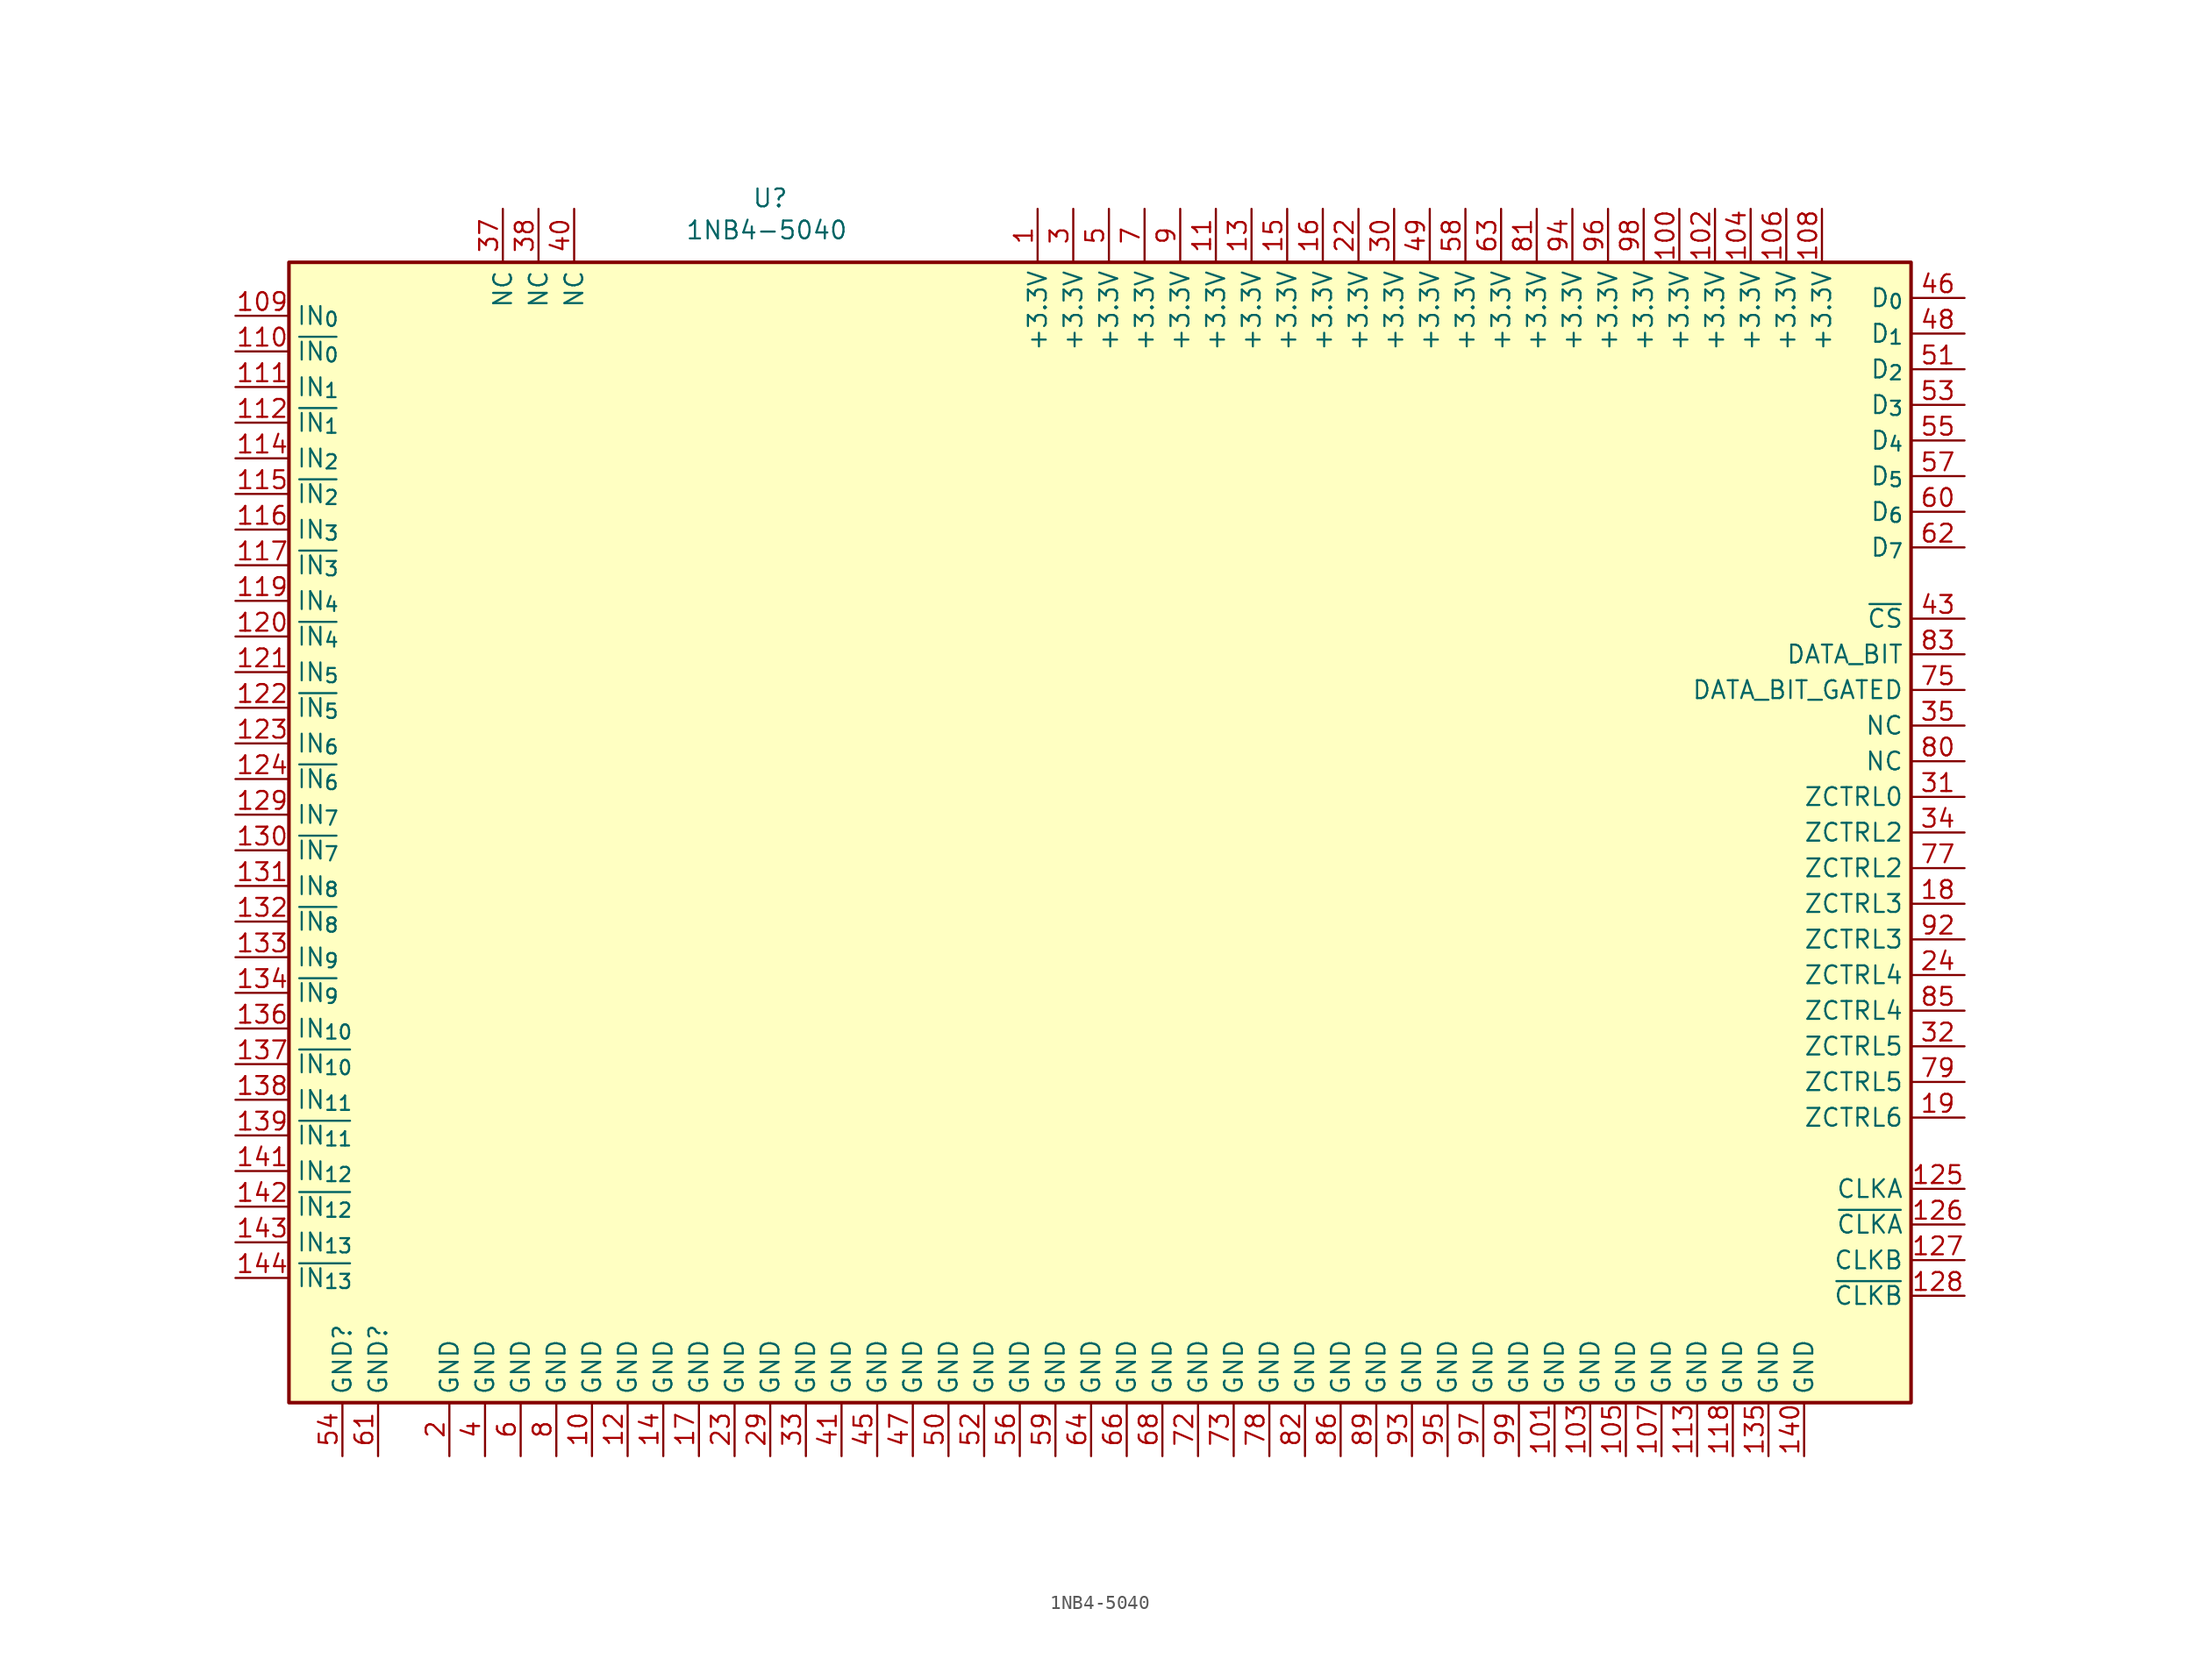
<source format=kicad_sym>
(kicad_symbol_lib
  (version 20231120)
  (generator "kicad_symbol_editor")
  (generator_version "8.0")
  (symbol "1NB4-5040"
    (property "Reference" "U"
      (at 25.4 38.862 0)
      (effects (font (size 1.27 1.27))))
    (property "Value" "1NB4-5040"
      (at 25.146 36.576 0)
      (effects (font (size 1.27 1.27))))
    (symbol "1NB4-5040_1_1"
      (rectangle (start -8.89 34.29) (end 106.68 -46.99) (stroke (width 0.254) (type default)) (fill (type background)))
      (pin power_in line (at 44.45 38.1 270) (length 3.81) (name "+3.3V" (effects (font (size 1.27 1.27)))) (number "1" (effects (font (size 1.27 1.27)))))
      (pin power_in line (at 12.7 -50.8 90) (length 3.81) (name "GND" (effects (font (size 1.27 1.27)))) (number "10" (effects (font (size 1.27 1.27)))))
      (pin power_in line (at 90.17 38.1 270) (length 3.81) (name "+3.3V" (effects (font (size 1.27 1.27)))) (number "100" (effects (font (size 1.27 1.27)))))
      (pin power_in line (at 81.28 -50.8 90) (length 3.81) (name "GND" (effects (font (size 1.27 1.27)))) (number "101" (effects (font (size 1.27 1.27)))))
      (pin power_in line (at 92.71 38.1 270) (length 3.81) (name "+3.3V" (effects (font (size 1.27 1.27)))) (number "102" (effects (font (size 1.27 1.27)))))
      (pin power_in line (at 83.82 -50.8 90) (length 3.81) (name "GND" (effects (font (size 1.27 1.27)))) (number "103" (effects (font (size 1.27 1.27)))))
      (pin power_in line (at 95.25 38.1 270) (length 3.81) (name "+3.3V" (effects (font (size 1.27 1.27)))) (number "104" (effects (font (size 1.27 1.27)))))
      (pin power_in line (at 86.36 -50.8 90) (length 3.81) (name "GND" (effects (font (size 1.27 1.27)))) (number "105" (effects (font (size 1.27 1.27)))))
      (pin power_in line (at 97.79 38.1 270) (length 3.81) (name "+3.3V" (effects (font (size 1.27 1.27)))) (number "106" (effects (font (size 1.27 1.27)))))
      (pin power_in line (at 88.9 -50.8 90) (length 3.81) (name "GND" (effects (font (size 1.27 1.27)))) (number "107" (effects (font (size 1.27 1.27)))))
      (pin power_in line (at 100.33 38.1 270) (length 3.81) (name "+3.3V" (effects (font (size 1.27 1.27)))) (number "108" (effects (font (size 1.27 1.27)))))
      (pin input line (at -12.7 30.48 0) (length 3.81) (name "IN_{0}" (effects (font (size 1.27 1.27)))) (number "109" (effects (font (size 1.27 1.27)))))
      (pin power_in line (at 57.15 38.1 270) (length 3.81) (name "+3.3V" (effects (font (size 1.27 1.27)))) (number "11" (effects (font (size 1.27 1.27)))))
      (pin input line (at -12.7 27.94 0) (length 3.81) (name "~{IN_{0}}" (effects (font (size 1.27 1.27)))) (number "110" (effects (font (size 1.27 1.27)))))
      (pin input line (at -12.7 25.4 0) (length 3.81) (name "IN_{1}" (effects (font (size 1.27 1.27)))) (number "111" (effects (font (size 1.27 1.27)))))
      (pin input line (at -12.7 22.86 0) (length 3.81) (name "~{IN_{1}}" (effects (font (size 1.27 1.27)))) (number "112" (effects (font (size 1.27 1.27)))))
      (pin power_in line (at 91.44 -50.8 90) (length 3.81) (name "GND" (effects (font (size 1.27 1.27)))) (number "113" (effects (font (size 1.27 1.27)))))
      (pin input line (at -12.7 20.32 0) (length 3.81) (name "IN_{2}" (effects (font (size 1.27 1.27)))) (number "114" (effects (font (size 1.27 1.27)))))
      (pin input line (at -12.7 17.78 0) (length 3.81) (name "~{IN_{2}}" (effects (font (size 1.27 1.27)))) (number "115" (effects (font (size 1.27 1.27)))))
      (pin input line (at -12.7 15.24 0) (length 3.81) (name "IN_{3}" (effects (font (size 1.27 1.27)))) (number "116" (effects (font (size 1.27 1.27)))))
      (pin input line (at -12.7 12.7 0) (length 3.81) (name "~{IN_{3}}" (effects (font (size 1.27 1.27)))) (number "117" (effects (font (size 1.27 1.27)))))
      (pin power_in line (at 93.98 -50.8 90) (length 3.81) (name "GND" (effects (font (size 1.27 1.27)))) (number "118" (effects (font (size 1.27 1.27)))))
      (pin input line (at -12.7 10.16 0) (length 3.81) (name "IN_{4}" (effects (font (size 1.27 1.27)))) (number "119" (effects (font (size 1.27 1.27)))))
      (pin power_in line (at 15.24 -50.8 90) (length 3.81) (name "GND" (effects (font (size 1.27 1.27)))) (number "12" (effects (font (size 1.27 1.27)))))
      (pin input line (at -12.7 7.62 0) (length 3.81) (name "~{IN_{4}}" (effects (font (size 1.27 1.27)))) (number "120" (effects (font (size 1.27 1.27)))))
      (pin input line (at -12.7 5.08 0) (length 3.81) (name "IN_{5}" (effects (font (size 1.27 1.27)))) (number "121" (effects (font (size 1.27 1.27)))))
      (pin input line (at -12.7 2.54 0) (length 3.81) (name "~{IN_{5}}" (effects (font (size 1.27 1.27)))) (number "122" (effects (font (size 1.27 1.27)))))
      (pin input line (at -12.7 0 0) (length 3.81) (name "IN_{6}" (effects (font (size 1.27 1.27)))) (number "123" (effects (font (size 1.27 1.27)))))
      (pin input line (at -12.7 -2.54 0) (length 3.81) (name "~{IN_{6}}" (effects (font (size 1.27 1.27)))) (number "124" (effects (font (size 1.27 1.27)))))
      (pin input line (at 110.49 -31.75 180) (length 3.81) (name "CLKA" (effects (font (size 1.27 1.27)))) (number "125" (effects (font (size 1.27 1.27)))))
      (pin input line (at 110.49 -34.29 180) (length 3.81) (name "~{CLKA}" (effects (font (size 1.27 1.27)))) (number "126" (effects (font (size 1.27 1.27)))))
      (pin input line (at 110.49 -36.83 180) (length 3.81) (name "CLKB" (effects (font (size 1.27 1.27)))) (number "127" (effects (font (size 1.27 1.27)))))
      (pin input line (at 110.49 -39.37 180) (length 3.81) (name "~{CLKB}" (effects (font (size 1.27 1.27)))) (number "128" (effects (font (size 1.27 1.27)))))
      (pin input line (at -12.7 -5.08 0) (length 3.81) (name "IN_{7}" (effects (font (size 1.27 1.27)))) (number "129" (effects (font (size 1.27 1.27)))))
      (pin power_in line (at 59.69 38.1 270) (length 3.81) (name "+3.3V" (effects (font (size 1.27 1.27)))) (number "13" (effects (font (size 1.27 1.27)))))
      (pin input line (at -12.7 -7.62 0) (length 3.81) (name "~{IN_{7}}" (effects (font (size 1.27 1.27)))) (number "130" (effects (font (size 1.27 1.27)))))
      (pin input line (at -12.7 -10.16 0) (length 3.81) (name "IN_{8}" (effects (font (size 1.27 1.27)))) (number "131" (effects (font (size 1.27 1.27)))))
      (pin input line (at -12.7 -12.7 0) (length 3.81) (name "~{IN_{8}}" (effects (font (size 1.27 1.27)))) (number "132" (effects (font (size 1.27 1.27)))))
      (pin input line (at -12.7 -15.24 0) (length 3.81) (name "IN_{9}" (effects (font (size 1.27 1.27)))) (number "133" (effects (font (size 1.27 1.27)))))
      (pin input line (at -12.7 -17.78 0) (length 3.81) (name "~{IN_{9}}" (effects (font (size 1.27 1.27)))) (number "134" (effects (font (size 1.27 1.27)))))
      (pin power_in line (at 96.52 -50.8 90) (length 3.81) (name "GND" (effects (font (size 1.27 1.27)))) (number "135" (effects (font (size 1.27 1.27)))))
      (pin input line (at -12.7 -20.32 0) (length 3.81) (name "IN_{10}" (effects (font (size 1.27 1.27)))) (number "136" (effects (font (size 1.27 1.27)))))
      (pin input line (at -12.7 -22.86 0) (length 3.81) (name "~{IN_{10}}" (effects (font (size 1.27 1.27)))) (number "137" (effects (font (size 1.27 1.27)))))
      (pin input line (at -12.7 -25.4 0) (length 3.81) (name "IN_{11}" (effects (font (size 1.27 1.27)))) (number "138" (effects (font (size 1.27 1.27)))))
      (pin input line (at -12.7 -27.94 0) (length 3.81) (name "~{IN_{11}}" (effects (font (size 1.27 1.27)))) (number "139" (effects (font (size 1.27 1.27)))))
      (pin power_in line (at 17.78 -50.8 90) (length 3.81) (name "GND" (effects (font (size 1.27 1.27)))) (number "14" (effects (font (size 1.27 1.27)))))
      (pin power_in line (at 99.06 -50.8 90) (length 3.81) (name "GND" (effects (font (size 1.27 1.27)))) (number "140" (effects (font (size 1.27 1.27)))))
      (pin input line (at -12.7 -30.48 0) (length 3.81) (name "IN_{12}" (effects (font (size 1.27 1.27)))) (number "141" (effects (font (size 1.27 1.27)))))
      (pin input line (at -12.7 -33.02 0) (length 3.81) (name "~{IN_{12}}" (effects (font (size 1.27 1.27)))) (number "142" (effects (font (size 1.27 1.27)))))
      (pin input line (at -12.7 -35.56 0) (length 3.81) (name "IN_{13}" (effects (font (size 1.27 1.27)))) (number "143" (effects (font (size 1.27 1.27)))))
      (pin input line (at -12.7 -38.1 0) (length 3.81) (name "~{IN_{13}}" (effects (font (size 1.27 1.27)))) (number "144" (effects (font (size 1.27 1.27)))))
      (pin power_in line (at 62.23 38.1 270) (length 3.81) (name "+3.3V" (effects (font (size 1.27 1.27)))) (number "15" (effects (font (size 1.27 1.27)))))
      (pin power_in line (at 64.77 38.1 270) (length 3.81) (name "+3.3V" (effects (font (size 1.27 1.27)))) (number "16" (effects (font (size 1.27 1.27)))))
      (pin power_in line (at 20.32 -50.8 90) (length 3.81) (name "GND" (effects (font (size 1.27 1.27)))) (number "17" (effects (font (size 1.27 1.27)))))
      (pin passive line (at 110.49 -11.43 180) (length 3.81) (name "ZCTRL3" (effects (font (size 1.27 1.27)))) (number "18" (effects (font (size 1.27 1.27)))))
      (pin input line (at 110.49 -26.67 180) (length 3.81) (name "ZCTRL6" (effects (font (size 1.27 1.27)))) (number "19" (effects (font (size 1.27 1.27)))))
      (pin power_in line (at 2.54 -50.8 90) (length 3.81) (name "GND" (effects (font (size 1.27 1.27)))) (number "2" (effects (font (size 1.27 1.27)))))
      (pin no_connect line (at 72.39 -19.05 0) (length 3.81) hide (name "" (effects (font (size 1.27 1.27)))) (number "20" (effects (font (size 1.27 1.27)))))
      (pin no_connect line (at 72.39 -16.51 0) (length 3.81) hide (name "" (effects (font (size 1.27 1.27)))) (number "21" (effects (font (size 1.27 1.27)))))
      (pin power_in line (at 67.31 38.1 270) (length 3.81) (name "+3.3V" (effects (font (size 1.27 1.27)))) (number "22" (effects (font (size 1.27 1.27)))))
      (pin power_in line (at 22.86 -50.8 90) (length 3.81) (name "GND" (effects (font (size 1.27 1.27)))) (number "23" (effects (font (size 1.27 1.27)))))
      (pin passive line (at 110.49 -16.51 180) (length 3.81) (name "ZCTRL4" (effects (font (size 1.27 1.27)))) (number "24" (effects (font (size 1.27 1.27)))))
      (pin no_connect line (at 72.39 -13.97 0) (length 3.81) hide (name "" (effects (font (size 1.27 1.27)))) (number "25" (effects (font (size 1.27 1.27)))))
      (pin no_connect line (at 72.39 -11.43 0) (length 3.81) hide (name "" (effects (font (size 1.27 1.27)))) (number "26" (effects (font (size 1.27 1.27)))))
      (pin no_connect line (at 54.61 -26.67 0) (length 3.81) hide (name "" (effects (font (size 1.27 1.27)))) (number "27" (effects (font (size 1.27 1.27)))))
      (pin no_connect line (at 54.61 -24.13 0) (length 3.81) hide (name "" (effects (font (size 1.27 1.27)))) (number "28" (effects (font (size 1.27 1.27)))))
      (pin power_in line (at 25.4 -50.8 90) (length 3.81) (name "GND" (effects (font (size 1.27 1.27)))) (number "29" (effects (font (size 1.27 1.27)))))
      (pin power_in line (at 46.99 38.1 270) (length 3.81) (name "+3.3V" (effects (font (size 1.27 1.27)))) (number "3" (effects (font (size 1.27 1.27)))))
      (pin power_in line (at 69.85 38.1 270) (length 3.81) (name "+3.3V" (effects (font (size 1.27 1.27)))) (number "30" (effects (font (size 1.27 1.27)))))
      (pin input line (at 110.49 -3.81 180) (length 3.81) (name "ZCTRL0" (effects (font (size 1.27 1.27)))) (number "31" (effects (font (size 1.27 1.27)))))
      (pin passive line (at 110.49 -21.59 180) (length 3.81) (name "ZCTRL5" (effects (font (size 1.27 1.27)))) (number "32" (effects (font (size 1.27 1.27)))))
      (pin power_in line (at 27.94 -50.8 90) (length 3.81) (name "GND" (effects (font (size 1.27 1.27)))) (number "33" (effects (font (size 1.27 1.27)))))
      (pin passive line (at 110.49 -6.35 180) (length 3.81) (name "ZCTRL2" (effects (font (size 1.27 1.27)))) (number "34" (effects (font (size 1.27 1.27)))))
      (pin passive line (at 110.49 1.27 180) (length 3.81) (name "NC" (effects (font (size 1.27 1.27)))) (number "35" (effects (font (size 1.27 1.27)))))
      (pin no_connect line (at 54.61 -21.59 0) (length 3.81) hide (name "" (effects (font (size 1.27 1.27)))) (number "36" (effects (font (size 1.27 1.27)))))
      (pin passive line (at 6.35 38.1 270) (length 3.81) (name "NC" (effects (font (size 1.27 1.27)))) (number "37" (effects (font (size 1.27 1.27)))))
      (pin passive line (at 8.89 38.1 270) (length 3.81) (name "NC" (effects (font (size 1.27 1.27)))) (number "38" (effects (font (size 1.27 1.27)))))
      (pin no_connect line (at 54.61 -13.97 0) (length 3.81) hide (name "" (effects (font (size 1.27 1.27)))) (number "39" (effects (font (size 1.27 1.27)))))
      (pin power_in line (at 5.08 -50.8 90) (length 3.81) (name "GND" (effects (font (size 1.27 1.27)))) (number "4" (effects (font (size 1.27 1.27)))))
      (pin passive line (at 11.43 38.1 270) (length 3.81) (name "NC" (effects (font (size 1.27 1.27)))) (number "40" (effects (font (size 1.27 1.27)))))
      (pin power_in line (at 30.48 -50.8 90) (length 3.81) (name "GND" (effects (font (size 1.27 1.27)))) (number "41" (effects (font (size 1.27 1.27)))))
      (pin no_connect line (at 34.29 -27.94 0) (length 3.81) hide (name "" (effects (font (size 1.27 1.27)))) (number "42" (effects (font (size 1.27 1.27)))))
      (pin input line (at 110.49 8.89 180) (length 3.81) (name "~{CS}" (effects (font (size 1.27 1.27)))) (number "43" (effects (font (size 1.27 1.27)))))
      (pin no_connect line (at 34.29 -25.4 0) (length 3.81) hide (name "" (effects (font (size 1.27 1.27)))) (number "44" (effects (font (size 1.27 1.27)))))
      (pin power_in line (at 33.02 -50.8 90) (length 3.81) (name "GND" (effects (font (size 1.27 1.27)))) (number "45" (effects (font (size 1.27 1.27)))))
      (pin bidirectional line (at 110.49 31.75 180) (length 3.81) (name "D_{0}" (effects (font (size 1.27 1.27)))) (number "46" (effects (font (size 1.27 1.27)))))
      (pin power_in line (at 35.56 -50.8 90) (length 3.81) (name "GND" (effects (font (size 1.27 1.27)))) (number "47" (effects (font (size 1.27 1.27)))))
      (pin bidirectional line (at 110.49 29.21 180) (length 3.81) (name "D_{1}" (effects (font (size 1.27 1.27)))) (number "48" (effects (font (size 1.27 1.27)))))
      (pin power_in line (at 72.39 38.1 270) (length 3.81) (name "+3.3V" (effects (font (size 1.27 1.27)))) (number "49" (effects (font (size 1.27 1.27)))))
      (pin power_in line (at 49.53 38.1 270) (length 3.81) (name "+3.3V" (effects (font (size 1.27 1.27)))) (number "5" (effects (font (size 1.27 1.27)))))
      (pin power_in line (at 38.1 -50.8 90) (length 3.81) (name "GND" (effects (font (size 1.27 1.27)))) (number "50" (effects (font (size 1.27 1.27)))))
      (pin bidirectional line (at 110.49 26.67 180) (length 3.81) (name "D_{2}" (effects (font (size 1.27 1.27)))) (number "51" (effects (font (size 1.27 1.27)))))
      (pin power_in line (at 40.64 -50.8 90) (length 3.81) (name "GND" (effects (font (size 1.27 1.27)))) (number "52" (effects (font (size 1.27 1.27)))))
      (pin bidirectional line (at 110.49 24.13 180) (length 3.81) (name "D_{3}" (effects (font (size 1.27 1.27)))) (number "53" (effects (font (size 1.27 1.27)))))
      (pin input line (at -5.08 -50.8 90) (length 3.81) (name "GND?" (effects (font (size 1.27 1.27)))) (number "54" (effects (font (size 1.27 1.27)))))
      (pin bidirectional line (at 110.49 21.59 180) (length 3.81) (name "D_{4}" (effects (font (size 1.27 1.27)))) (number "55" (effects (font (size 1.27 1.27)))))
      (pin power_in line (at 43.18 -50.8 90) (length 3.81) (name "GND" (effects (font (size 1.27 1.27)))) (number "56" (effects (font (size 1.27 1.27)))))
      (pin bidirectional line (at 110.49 19.05 180) (length 3.81) (name "D_{5}" (effects (font (size 1.27 1.27)))) (number "57" (effects (font (size 1.27 1.27)))))
      (pin power_in line (at 74.93 38.1 270) (length 3.81) (name "+3.3V" (effects (font (size 1.27 1.27)))) (number "58" (effects (font (size 1.27 1.27)))))
      (pin power_in line (at 45.72 -50.8 90) (length 3.81) (name "GND" (effects (font (size 1.27 1.27)))) (number "59" (effects (font (size 1.27 1.27)))))
      (pin power_in line (at 7.62 -50.8 90) (length 3.81) (name "GND" (effects (font (size 1.27 1.27)))) (number "6" (effects (font (size 1.27 1.27)))))
      (pin bidirectional line (at 110.49 16.51 180) (length 3.81) (name "D_{6}" (effects (font (size 1.27 1.27)))) (number "60" (effects (font (size 1.27 1.27)))))
      (pin input line (at -2.54 -50.8 90) (length 3.81) (name "GND?" (effects (font (size 1.27 1.27)))) (number "61" (effects (font (size 1.27 1.27)))))
      (pin bidirectional line (at 110.49 13.97 180) (length 3.81) (name "D_{7}" (effects (font (size 1.27 1.27)))) (number "62" (effects (font (size 1.27 1.27)))))
      (pin power_in line (at 77.47 38.1 270) (length 3.81) (name "+3.3V" (effects (font (size 1.27 1.27)))) (number "63" (effects (font (size 1.27 1.27)))))
      (pin power_in line (at 48.26 -50.8 90) (length 3.81) (name "GND" (effects (font (size 1.27 1.27)))) (number "64" (effects (font (size 1.27 1.27)))))
      (pin no_connect line (at 34.29 -22.86 0) (length 3.81) hide (name "" (effects (font (size 1.27 1.27)))) (number "65" (effects (font (size 1.27 1.27)))))
      (pin power_in line (at 50.8 -50.8 90) (length 3.81) (name "GND" (effects (font (size 1.27 1.27)))) (number "66" (effects (font (size 1.27 1.27)))))
      (pin no_connect line (at 34.29 -20.32 0) (length 3.81) hide (name "" (effects (font (size 1.27 1.27)))) (number "67" (effects (font (size 1.27 1.27)))))
      (pin power_in line (at 53.34 -50.8 90) (length 3.81) (name "GND" (effects (font (size 1.27 1.27)))) (number "68" (effects (font (size 1.27 1.27)))))
      (pin no_connect line (at 34.29 -17.78 0) (length 3.81) hide (name "" (effects (font (size 1.27 1.27)))) (number "69" (effects (font (size 1.27 1.27)))))
      (pin power_in line (at 52.07 38.1 270) (length 3.81) (name "+3.3V" (effects (font (size 1.27 1.27)))) (number "7" (effects (font (size 1.27 1.27)))))
      (pin no_connect line (at 34.29 -15.24 0) (length 3.81) hide (name "" (effects (font (size 1.27 1.27)))) (number "70" (effects (font (size 1.27 1.27)))))
      (pin no_connect line (at 34.29 -12.7 0) (length 3.81) hide (name "" (effects (font (size 1.27 1.27)))) (number "71" (effects (font (size 1.27 1.27)))))
      (pin power_in line (at 55.88 -50.8 90) (length 3.81) (name "GND" (effects (font (size 1.27 1.27)))) (number "72" (effects (font (size 1.27 1.27)))))
      (pin power_in line (at 58.42 -50.8 90) (length 3.81) (name "GND" (effects (font (size 1.27 1.27)))) (number "73" (effects (font (size 1.27 1.27)))))
      (pin no_connect line (at 34.29 -10.16 0) (length 3.81) hide (name "" (effects (font (size 1.27 1.27)))) (number "74" (effects (font (size 1.27 1.27)))))
      (pin passive line (at 110.49 3.81 180) (length 3.81) (name "DATA_BIT_GATED" (effects (font (size 1.27 1.27)))) (number "75" (effects (font (size 1.27 1.27)))))
      (pin no_connect line (at 34.29 -7.62 0) (length 3.81) hide (name "" (effects (font (size 1.27 1.27)))) (number "76" (effects (font (size 1.27 1.27)))))
      (pin input line (at 110.49 -8.89 180) (length 3.81) (name "ZCTRL2" (effects (font (size 1.27 1.27)))) (number "77" (effects (font (size 1.27 1.27)))))
      (pin power_in line (at 60.96 -50.8 90) (length 3.81) (name "GND" (effects (font (size 1.27 1.27)))) (number "78" (effects (font (size 1.27 1.27)))))
      (pin input line (at 110.49 -24.13 180) (length 3.81) (name "ZCTRL5" (effects (font (size 1.27 1.27)))) (number "79" (effects (font (size 1.27 1.27)))))
      (pin power_in line (at 10.16 -50.8 90) (length 3.81) (name "GND" (effects (font (size 1.27 1.27)))) (number "8" (effects (font (size 1.27 1.27)))))
      (pin passive line (at 110.49 -1.27 180) (length 3.81) (name "NC" (effects (font (size 1.27 1.27)))) (number "80" (effects (font (size 1.27 1.27)))))
      (pin power_in line (at 80.01 38.1 270) (length 3.81) (name "+3.3V" (effects (font (size 1.27 1.27)))) (number "81" (effects (font (size 1.27 1.27)))))
      (pin power_in line (at 63.5 -50.8 90) (length 3.81) (name "GND" (effects (font (size 1.27 1.27)))) (number "82" (effects (font (size 1.27 1.27)))))
      (pin passive line (at 110.49 6.35 180) (length 3.81) (name "DATA_BIT" (effects (font (size 1.27 1.27)))) (number "83" (effects (font (size 1.27 1.27)))))
      (pin no_connect line (at 34.29 -5.08 0) (length 3.81) hide (name "" (effects (font (size 1.27 1.27)))) (number "84" (effects (font (size 1.27 1.27)))))
      (pin input line (at 110.49 -19.05 180) (length 3.81) (name "ZCTRL4" (effects (font (size 1.27 1.27)))) (number "85" (effects (font (size 1.27 1.27)))))
      (pin power_in line (at 66.04 -50.8 90) (length 3.81) (name "GND" (effects (font (size 1.27 1.27)))) (number "86" (effects (font (size 1.27 1.27)))))
      (pin no_connect line (at 34.29 -2.54 0) (length 3.81) hide (name "" (effects (font (size 1.27 1.27)))) (number "87" (effects (font (size 1.27 1.27)))))
      (pin no_connect line (at 34.29 0 0) (length 3.81) hide (name "" (effects (font (size 1.27 1.27)))) (number "88" (effects (font (size 1.27 1.27)))))
      (pin power_in line (at 68.58 -50.8 90) (length 3.81) (name "GND" (effects (font (size 1.27 1.27)))) (number "89" (effects (font (size 1.27 1.27)))))
      (pin power_in line (at 54.61 38.1 270) (length 3.81) (name "+3.3V" (effects (font (size 1.27 1.27)))) (number "9" (effects (font (size 1.27 1.27)))))
      (pin no_connect line (at 34.29 2.54 0) (length 3.81) hide (name "" (effects (font (size 1.27 1.27)))) (number "90" (effects (font (size 1.27 1.27)))))
      (pin no_connect line (at 34.29 5.08 0) (length 3.81) hide (name "" (effects (font (size 1.27 1.27)))) (number "91" (effects (font (size 1.27 1.27)))))
      (pin input line (at 110.49 -13.97 180) (length 3.81) (name "ZCTRL3" (effects (font (size 1.27 1.27)))) (number "92" (effects (font (size 1.27 1.27)))))
      (pin power_in line (at 71.12 -50.8 90) (length 3.81) (name "GND" (effects (font (size 1.27 1.27)))) (number "93" (effects (font (size 1.27 1.27)))))
      (pin power_in line (at 82.55 38.1 270) (length 3.81) (name "+3.3V" (effects (font (size 1.27 1.27)))) (number "94" (effects (font (size 1.27 1.27)))))
      (pin power_in line (at 73.66 -50.8 90) (length 3.81) (name "GND" (effects (font (size 1.27 1.27)))) (number "95" (effects (font (size 1.27 1.27)))))
      (pin power_in line (at 85.09 38.1 270) (length 3.81) (name "+3.3V" (effects (font (size 1.27 1.27)))) (number "96" (effects (font (size 1.27 1.27)))))
      (pin power_in line (at 76.2 -50.8 90) (length 3.81) (name "GND" (effects (font (size 1.27 1.27)))) (number "97" (effects (font (size 1.27 1.27)))))
      (pin power_in line (at 87.63 38.1 270) (length 3.81) (name "+3.3V" (effects (font (size 1.27 1.27)))) (number "98" (effects (font (size 1.27 1.27)))))
      (pin power_in line (at 78.74 -50.8 90) (length 3.81) (name "GND" (effects (font (size 1.27 1.27)))) (number "99" (effects (font (size 1.27 1.27))))))))
</source>
